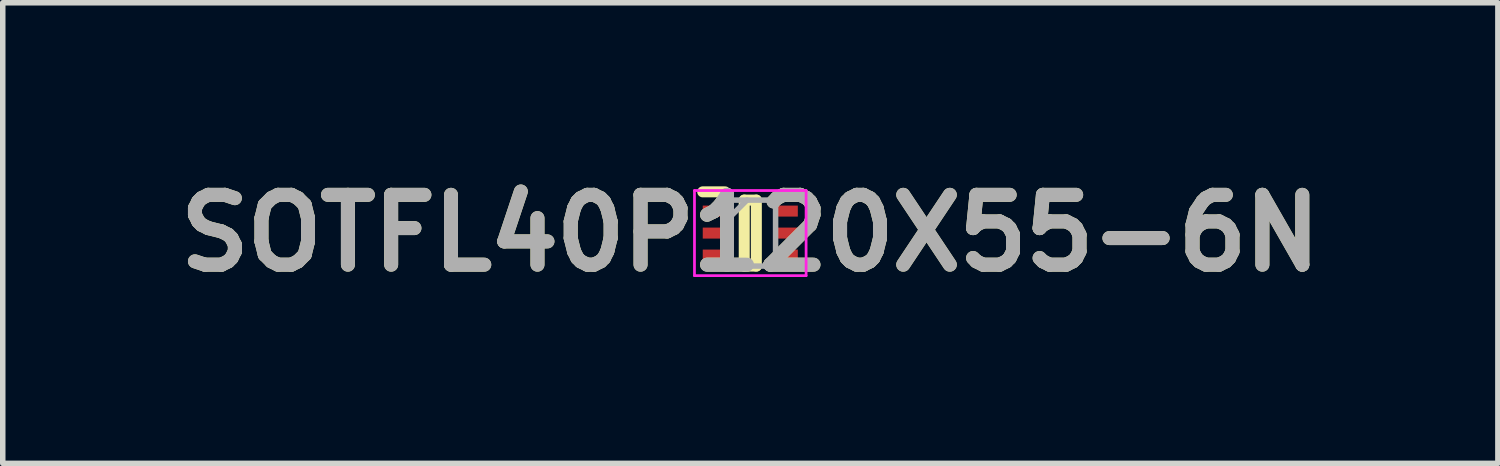
<source format=kicad_pcb>
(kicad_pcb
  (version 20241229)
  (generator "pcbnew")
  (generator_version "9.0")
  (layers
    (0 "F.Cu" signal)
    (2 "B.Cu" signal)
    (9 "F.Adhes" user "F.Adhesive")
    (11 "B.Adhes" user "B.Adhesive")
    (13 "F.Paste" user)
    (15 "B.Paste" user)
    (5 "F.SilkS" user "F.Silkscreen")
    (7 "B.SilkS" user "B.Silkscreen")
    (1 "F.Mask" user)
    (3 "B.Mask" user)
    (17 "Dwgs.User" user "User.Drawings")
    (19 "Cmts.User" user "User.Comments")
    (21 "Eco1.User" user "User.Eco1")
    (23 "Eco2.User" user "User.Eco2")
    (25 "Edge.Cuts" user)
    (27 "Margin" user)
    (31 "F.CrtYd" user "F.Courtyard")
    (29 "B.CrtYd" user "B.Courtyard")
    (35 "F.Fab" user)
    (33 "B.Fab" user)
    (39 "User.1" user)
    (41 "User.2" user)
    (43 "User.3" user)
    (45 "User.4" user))
  (footprint "SOTFL40P120X55-6N"
    (layer "F.Cu")
    (at 10.595 1.189)
    (property "Reference" "SOTFL40P120X55-6N" (at 0 0 0) (layer "F.SilkS") (effects (font (size 1.27 1.27) (thickness 0.254))))
    (attr smd)
    (fp_line (start -0.865 -0.75) (end -0.46 -0.75) (stroke (width 0.2) (type solid)) (layer "F.SilkS"))
    (fp_line (start -0.11 -0.6) (end 0.11 -0.6) (stroke (width 0.2) (type solid)) (layer "F.SilkS"))
    (fp_line (start -0.11 0.6) (end -0.11 -0.6) (stroke (width 0.2) (type solid)) (layer "F.SilkS"))
    (fp_line (start 0.11 -0.6) (end 0.11 0.6) (stroke (width 0.2) (type solid)) (layer "F.SilkS"))
    (fp_line (start 0.11 0.6) (end -0.11 0.6) (stroke (width 0.2) (type solid)) (layer "F.SilkS"))
    (fp_line (start -1.015 -0.774) (end 1.015 -0.774) (stroke (width 0.05) (type solid)) (layer "F.CrtYd"))
    (fp_line (start -1.015 0.774) (end -1.015 -0.774) (stroke (width 0.05) (type solid)) (layer "F.CrtYd"))
    (fp_line (start 1.015 -0.774) (end 1.015 0.774) (stroke (width 0.05) (type solid)) (layer "F.CrtYd"))
    (fp_line (start 1.015 0.774) (end -1.015 0.774) (stroke (width 0.05) (type solid)) (layer "F.CrtYd"))
    (fp_line (start -0.46 -0.6) (end 0.46 -0.6) (stroke (width 0.1) (type solid)) (layer "F.Fab"))
    (fp_line (start -0.46 -0.2) (end -0.06 -0.6) (stroke (width 0.1) (type solid)) (layer "F.Fab"))
    (fp_line (start -0.46 0.6) (end -0.46 -0.6) (stroke (width 0.1) (type solid)) (layer "F.Fab"))
    (fp_line (start 0.46 -0.6) (end 0.46 0.6) (stroke (width 0.1) (type solid)) (layer "F.Fab"))
    (fp_line (start 0.46 0.6) (end -0.46 0.6) (stroke (width 0.1) (type solid)) (layer "F.Fab"))
    (fp_text user "${REFERENCE}" (at 0 0 0) (layer "F.Fab") (effects (font (size 1.27 1.27) (thickness 0.254))))
    (pad "1" smd rect (at -0.662 -0.4 90) (size 0.2 0.405) (layers "F.Cu" "F.Mask" "F.Paste"))
    (pad "2" smd rect (at -0.662 0 90) (size 0.2 0.405) (layers "F.Cu" "F.Mask" "F.Paste"))
    (pad "3" smd rect (at -0.662 0.4 90) (size 0.2 0.405) (layers "F.Cu" "F.Mask" "F.Paste"))
    (pad "4" smd rect (at 0.662 0.4 90) (size 0.2 0.405) (layers "F.Cu" "F.Mask" "F.Paste"))
    (pad "5" smd rect (at 0.662 0 90) (size 0.2 0.405) (layers "F.Cu" "F.Mask" "F.Paste"))
    (pad "6" smd rect (at 0.662 -0.4 90) (size 0.2 0.405) (layers "F.Cu" "F.Mask" "F.Paste")))
  (gr_rect
    (start -3 -3)
    (end 24.191 5.377)
    (stroke (width 0.1) (type default))
    (fill no)
    (layer "Edge.Cuts")))
</source>
